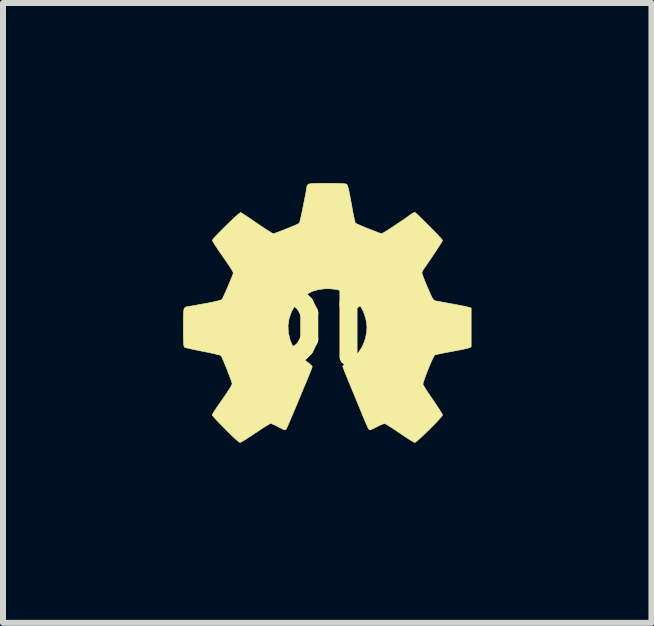
<source format=kicad_pcb>
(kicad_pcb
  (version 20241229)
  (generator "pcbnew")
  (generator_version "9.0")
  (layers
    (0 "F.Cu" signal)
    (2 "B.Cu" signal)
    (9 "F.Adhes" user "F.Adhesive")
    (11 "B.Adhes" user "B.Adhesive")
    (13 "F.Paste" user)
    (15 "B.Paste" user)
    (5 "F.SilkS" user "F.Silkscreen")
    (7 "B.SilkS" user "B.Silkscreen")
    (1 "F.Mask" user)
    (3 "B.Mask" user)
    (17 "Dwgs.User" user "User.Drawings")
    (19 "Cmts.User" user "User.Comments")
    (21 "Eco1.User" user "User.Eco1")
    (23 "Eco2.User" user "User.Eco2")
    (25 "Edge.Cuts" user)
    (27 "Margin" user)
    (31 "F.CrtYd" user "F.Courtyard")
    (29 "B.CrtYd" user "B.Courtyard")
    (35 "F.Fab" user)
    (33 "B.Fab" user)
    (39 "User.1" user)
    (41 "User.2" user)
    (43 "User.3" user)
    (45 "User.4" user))
  (footprint "oh"
    (layer "F.Cu")
    (at 2.393 2.202)
    (property "Reference" "oh" (at 0 0 0) (layer "F.SilkS") (effects (font (size 1.524 1.524) (thickness 0.3))))
    (attr through_hole)
    (fp_poly (pts (xy 0.116 -2.197) (xy 0.198 -2.195) (xy 0.258 -2.193) (xy 0.3 -2.19) (xy 0.325 -2.185) (xy 0.334 -2.181) (xy 0.344 -2.165) (xy 0.356 -2.129) (xy 0.37 -2.073) (xy 0.386 -1.994) (xy 0.394 -1.949) (xy 0.416 -1.831) (xy 0.433 -1.735) (xy 0.448 -1.66) (xy 0.46 -1.605) (xy 0.469 -1.567) (xy 0.475 -1.544) (xy 0.48 -1.534) (xy 0.496 -1.525) (xy 0.531 -1.509) (xy 0.58 -1.488) (xy 0.639 -1.463) (xy 0.702 -1.438) (xy 0.764 -1.413) (xy 0.822 -1.391) (xy 0.869 -1.373) (xy 0.902 -1.362) (xy 0.915 -1.359) (xy 0.931 -1.366) (xy 0.965 -1.385) (xy 1.013 -1.415) (xy 1.072 -1.453) (xy 1.139 -1.497) (xy 1.21 -1.545) (xy 1.283 -1.594) (xy 1.353 -1.643) (xy 1.402 -1.679) (xy 1.434 -1.7) (xy 1.459 -1.713) (xy 1.466 -1.715) (xy 1.479 -1.706) (xy 1.507 -1.682) (xy 1.546 -1.645) (xy 1.594 -1.599) (xy 1.647 -1.546) (xy 1.703 -1.49) (xy 1.759 -1.434) (xy 1.812 -1.379) (xy 1.858 -1.331) (xy 1.895 -1.291) (xy 1.92 -1.262) (xy 1.93 -1.247) (xy 1.93 -1.247) (xy 1.924 -1.233) (xy 1.905 -1.201) (xy 1.877 -1.157) (xy 1.841 -1.102) (xy 1.801 -1.041) (xy 1.759 -0.977) (xy 1.717 -0.915) (xy 1.677 -0.857) (xy 1.643 -0.807) (xy 1.616 -0.77) (xy 1.611 -0.763) (xy 1.594 -0.732) (xy 1.587 -0.705) (xy 1.592 -0.685) (xy 1.606 -0.646) (xy 1.626 -0.592) (xy 1.652 -0.528) (xy 1.68 -0.463) (xy 1.713 -0.387) (xy 1.738 -0.331) (xy 1.757 -0.292) (xy 1.772 -0.267) (xy 1.785 -0.252) (xy 1.798 -0.244) (xy 1.81 -0.24) (xy 1.834 -0.235) (xy 1.879 -0.227) (xy 1.939 -0.216) (xy 2.01 -0.203) (xy 2.076 -0.191) (xy 2.153 -0.177) (xy 2.225 -0.163) (xy 2.287 -0.151) (xy 2.333 -0.141) (xy 2.356 -0.135) (xy 2.407 -0.121) (xy 2.407 0.526) (xy 2.375 0.542) (xy 2.353 0.549) (xy 2.311 0.559) (xy 2.252 0.572) (xy 2.18 0.586) (xy 2.101 0.601) (xy 2.083 0.604) (xy 2.004 0.619) (xy 1.932 0.633) (xy 1.872 0.645) (xy 1.828 0.655) (xy 1.804 0.661) (xy 1.802 0.662) (xy 1.79 0.677) (xy 1.772 0.711) (xy 1.749 0.761) (xy 1.723 0.82) (xy 1.696 0.886) (xy 1.669 0.953) (xy 1.645 1.018) (xy 1.625 1.074) (xy 1.61 1.119) (xy 1.604 1.147) (xy 1.604 1.153) (xy 1.612 1.17) (xy 1.633 1.204) (xy 1.664 1.252) (xy 1.703 1.311) (xy 1.748 1.378) (xy 1.77 1.409) (xy 1.816 1.478) (xy 1.858 1.541) (xy 1.892 1.594) (xy 1.916 1.634) (xy 1.929 1.658) (xy 1.93 1.663) (xy 1.922 1.679) (xy 1.897 1.708) (xy 1.86 1.749) (xy 1.814 1.798) (xy 1.761 1.852) (xy 1.705 1.908) (xy 1.648 1.963) (xy 1.594 2.015) (xy 1.546 2.059) (xy 1.507 2.094) (xy 1.48 2.115) (xy 1.469 2.121) (xy 1.452 2.114) (xy 1.417 2.094) (xy 1.369 2.065) (xy 1.31 2.026) (xy 1.244 1.982) (xy 1.221 1.966) (xy 1.153 1.92) (xy 1.091 1.879) (xy 1.038 1.845) (xy 0.998 1.82) (xy 0.973 1.808) (xy 0.969 1.806) (xy 0.944 1.81) (xy 0.902 1.826) (xy 0.847 1.853) (xy 0.832 1.861) (xy 0.78 1.888) (xy 0.745 1.904) (xy 0.723 1.91) (xy 0.71 1.908) (xy 0.705 1.903) (xy 0.694 1.886) (xy 0.677 1.849) (xy 0.654 1.799) (xy 0.628 1.738) (xy 0.615 1.708) (xy 0.582 1.626) (xy 0.543 1.532) (xy 0.504 1.437) (xy 0.469 1.352) (xy 0.467 1.346) (xy 0.411 1.212) (xy 0.365 1.1) (xy 0.328 1.01) (xy 0.3 0.94) (xy 0.281 0.891) (xy 0.27 0.861) (xy 0.267 0.85) (xy 0.276 0.84) (xy 0.302 0.818) (xy 0.34 0.788) (xy 0.373 0.763) (xy 0.465 0.688) (xy 0.536 0.612) (xy 0.589 0.531) (xy 0.629 0.439) (xy 0.648 0.375) (xy 0.667 0.28) (xy 0.671 0.194) (xy 0.661 0.106) (xy 0.648 0.045) (xy 0.614 -0.057) (xy 0.567 -0.146) (xy 0.502 -0.227) (xy 0.467 -0.263) (xy 0.372 -0.341) (xy 0.275 -0.396) (xy 0.169 -0.429) (xy 0.052 -0.442) (xy -0.018 -0.442) (xy -0.134 -0.429) (xy -0.235 -0.4) (xy -0.327 -0.353) (xy -0.416 -0.285) (xy -0.431 -0.271) (xy -0.519 -0.174) (xy -0.583 -0.067) (xy -0.625 0.048) (xy -0.644 0.168) (xy -0.639 0.29) (xy -0.61 0.413) (xy -0.573 0.501) (xy -0.537 0.567) (xy -0.5 0.621) (xy -0.457 0.67) (xy -0.402 0.718) (xy -0.339 0.767) (xy -0.297 0.8) (xy -0.264 0.829) (xy -0.244 0.85) (xy -0.241 0.856) (xy -0.246 0.874) (xy -0.259 0.91) (xy -0.278 0.958) (xy -0.297 1.005) (xy -0.316 1.05) (xy -0.343 1.115) (xy -0.377 1.195) (xy -0.414 1.285) (xy -0.454 1.382) (xy -0.495 1.482) (xy -0.508 1.511) (xy -0.546 1.603) (xy -0.582 1.688) (xy -0.614 1.763) (xy -0.641 1.825) (xy -0.662 1.871) (xy -0.675 1.897) (xy -0.679 1.903) (xy -0.69 1.909) (xy -0.709 1.907) (xy -0.738 1.895) (xy -0.784 1.872) (xy -0.803 1.862) (xy -0.852 1.836) (xy -0.894 1.817) (xy -0.924 1.805) (xy -0.932 1.803) (xy -0.949 1.81) (xy -0.983 1.83) (xy -1.032 1.859) (xy -1.091 1.897) (xy -1.157 1.942) (xy -1.188 1.962) (xy -1.257 2.008) (xy -1.32 2.049) (xy -1.373 2.083) (xy -1.414 2.107) (xy -1.439 2.12) (xy -1.444 2.121) (xy -1.46 2.112) (xy -1.491 2.087) (xy -1.535 2.048) (xy -1.59 1.996) (xy -1.652 1.935) (xy -1.686 1.901) (xy -1.747 1.839) (xy -1.801 1.783) (xy -1.847 1.735) (xy -1.88 1.697) (xy -1.9 1.673) (xy -1.905 1.666) (xy -1.904 1.658) (xy -1.9 1.647) (xy -1.891 1.63) (xy -1.876 1.606) (xy -1.853 1.571) (xy -1.821 1.523) (xy -1.777 1.459) (xy -1.72 1.378) (xy -1.718 1.375) (xy -1.674 1.31) (xy -1.635 1.251) (xy -1.604 1.202) (xy -1.584 1.166) (xy -1.575 1.146) (xy -1.575 1.145) (xy -1.579 1.124) (xy -1.592 1.085) (xy -1.611 1.033) (xy -1.634 0.971) (xy -1.66 0.904) (xy -1.687 0.839) (xy -1.712 0.778) (xy -1.734 0.727) (xy -1.75 0.691) (xy -1.76 0.674) (xy -1.777 0.666) (xy -1.817 0.655) (xy -1.875 0.641) (xy -1.948 0.625) (xy -2.034 0.607) (xy -2.064 0.602) (xy -2.148 0.585) (xy -2.223 0.57) (xy -2.286 0.555) (xy -2.335 0.544) (xy -2.364 0.535) (xy -2.37 0.532) (xy -2.376 0.523) (xy -2.38 0.503) (xy -2.383 0.471) (xy -2.386 0.423) (xy -2.387 0.356) (xy -2.388 0.269) (xy -2.388 0.209) (xy -2.387 0.11) (xy -2.387 0.034) (xy -2.385 -0.023) (xy -2.383 -0.064) (xy -2.379 -0.091) (xy -2.375 -0.108) (xy -2.369 -0.119) (xy -2.368 -0.12) (xy -2.347 -0.136) (xy -2.337 -0.14) (xy -2.322 -0.142) (xy -2.286 -0.148) (xy -2.232 -0.157) (xy -2.164 -0.169) (xy -2.086 -0.184) (xy -2.043 -0.191) (xy -1.936 -0.211) (xy -1.853 -0.229) (xy -1.794 -0.243) (xy -1.757 -0.255) (xy -1.744 -0.263) (xy -1.732 -0.284) (xy -1.711 -0.329) (xy -1.681 -0.396) (xy -1.643 -0.484) (xy -1.597 -0.594) (xy -1.58 -0.634) (xy -1.564 -0.673) (xy -1.558 -0.698) (xy -1.561 -0.718) (xy -1.573 -0.743) (xy -1.576 -0.749) (xy -1.594 -0.779) (xy -1.623 -0.823) (xy -1.656 -0.872) (xy -1.67 -0.892) (xy -1.736 -0.987) (xy -1.794 -1.069) (xy -1.84 -1.139) (xy -1.875 -1.193) (xy -1.897 -1.23) (xy -1.905 -1.248) (xy -1.905 -1.248) (xy -1.896 -1.263) (xy -1.872 -1.292) (xy -1.835 -1.332) (xy -1.789 -1.38) (xy -1.736 -1.433) (xy -1.68 -1.489) (xy -1.623 -1.544) (xy -1.568 -1.596) (xy -1.519 -1.642) (xy -1.478 -1.678) (xy -1.448 -1.702) (xy -1.432 -1.711) (xy -1.431 -1.711) (xy -1.416 -1.702) (xy -1.382 -1.68) (xy -1.335 -1.649) (xy -1.275 -1.609) (xy -1.208 -1.563) (xy -1.162 -1.531) (xy -1.09 -1.483) (xy -1.025 -1.44) (xy -0.969 -1.404) (xy -0.926 -1.377) (xy -0.898 -1.362) (xy -0.889 -1.359) (xy -0.87 -1.364) (xy -0.833 -1.376) (xy -0.782 -1.395) (xy -0.723 -1.418) (xy -0.659 -1.444) (xy -0.597 -1.469) (xy -0.54 -1.493) (xy -0.495 -1.513) (xy -0.464 -1.528) (xy -0.455 -1.534) (xy -0.45 -1.548) (xy -0.441 -1.584) (xy -0.429 -1.635) (xy -0.415 -1.699) (xy -0.4 -1.771) (xy -0.385 -1.847) (xy -0.37 -1.922) (xy -0.356 -1.993) (xy -0.344 -2.055) (xy -0.336 -2.104) (xy -0.331 -2.135) (xy -0.33 -2.142) (xy -0.322 -2.163) (xy -0.31 -2.177) (xy -0.301 -2.184) (xy -0.284 -2.188) (xy -0.258 -2.192) (xy -0.219 -2.195) (xy -0.164 -2.196) (xy -0.09 -2.197) (xy 0.007 -2.197) (xy 0.011 -2.197) (xy 0.116 -2.197)) (stroke (width 0.01) (type solid)) (fill yes) (layer "F.SilkS")))
  (gr_rect
    (start -3 -3)
    (end 7.804 7.328)
    (stroke (width 0.1) (type default))
    (fill no)
    (layer "Edge.Cuts")))
</source>
